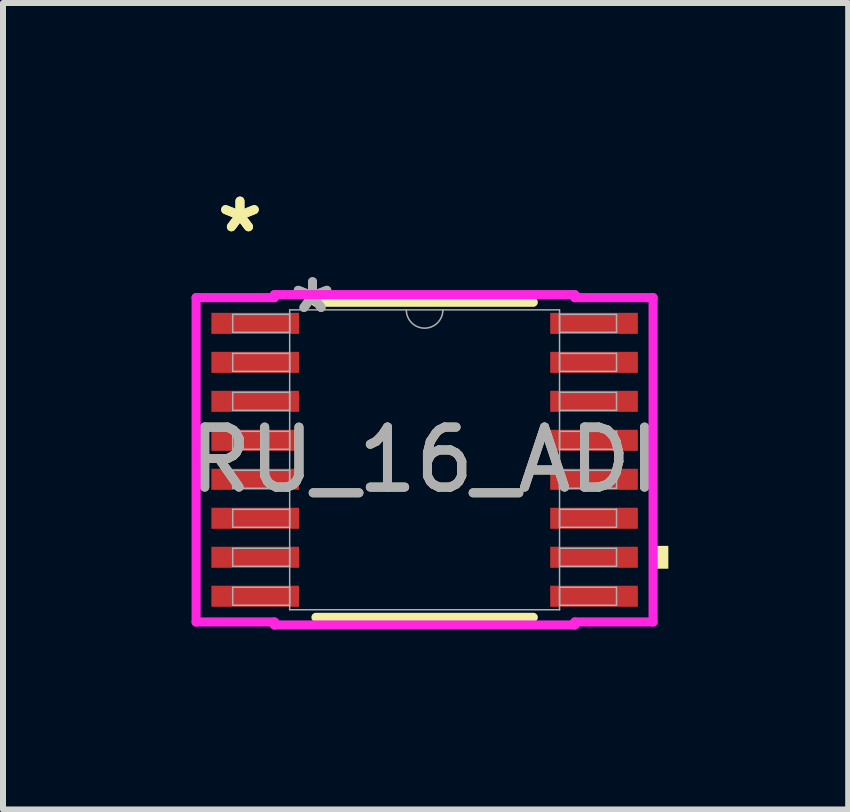
<source format=kicad_pcb>
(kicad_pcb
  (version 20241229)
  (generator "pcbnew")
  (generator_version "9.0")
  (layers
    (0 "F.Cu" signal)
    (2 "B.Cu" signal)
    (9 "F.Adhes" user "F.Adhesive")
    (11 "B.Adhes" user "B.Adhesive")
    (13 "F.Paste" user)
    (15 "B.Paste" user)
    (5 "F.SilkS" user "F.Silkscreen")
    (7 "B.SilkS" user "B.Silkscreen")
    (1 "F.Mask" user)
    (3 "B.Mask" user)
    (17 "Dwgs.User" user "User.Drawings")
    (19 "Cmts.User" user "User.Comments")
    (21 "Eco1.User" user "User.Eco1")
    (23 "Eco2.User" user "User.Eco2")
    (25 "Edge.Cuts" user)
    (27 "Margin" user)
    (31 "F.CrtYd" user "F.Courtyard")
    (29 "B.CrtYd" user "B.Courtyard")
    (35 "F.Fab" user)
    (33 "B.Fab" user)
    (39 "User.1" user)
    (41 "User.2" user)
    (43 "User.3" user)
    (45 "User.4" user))
  (footprint "RU_16_ADI"
    (layer "F.Cu")
    (at 4.03 4.617)
    (property "Reference" "RU_16_ADI" (at 0 0 0) (unlocked yes) (layer "F.SilkS") (effects (font (size 1 1) (thickness 0.15))))
    (attr smd)
    (fp_line (start -1.812 2.627) (end 1.812 2.627) (stroke (width 0.152) (type solid)) (layer "F.SilkS"))
    (fp_line (start 1.812 -2.627) (end -1.812 -2.627) (stroke (width 0.152) (type solid)) (layer "F.SilkS"))
    (fp_poly (pts (xy 4.064 1.435) (xy 4.064 1.816) (xy 3.81 1.816) (xy 3.81 1.435)) (stroke (width 0) (type solid)) (fill yes) (layer "F.SilkS"))
    (fp_line (start -3.81 -2.704) (end -2.504 -2.704) (stroke (width 0.152) (type solid)) (layer "F.CrtYd"))
    (fp_line (start -3.81 2.704) (end -3.81 -2.704) (stroke (width 0.152) (type solid)) (layer "F.CrtYd"))
    (fp_line (start -3.81 2.704) (end -2.504 2.704) (stroke (width 0.152) (type solid)) (layer "F.CrtYd"))
    (fp_line (start -2.504 -2.754) (end 2.504 -2.754) (stroke (width 0.152) (type solid)) (layer "F.CrtYd"))
    (fp_line (start -2.504 -2.704) (end -2.504 -2.754) (stroke (width 0.152) (type solid)) (layer "F.CrtYd"))
    (fp_line (start -2.504 2.754) (end -2.504 2.704) (stroke (width 0.152) (type solid)) (layer "F.CrtYd"))
    (fp_line (start 2.504 -2.754) (end 2.504 -2.704) (stroke (width 0.152) (type solid)) (layer "F.CrtYd"))
    (fp_line (start 2.504 2.704) (end 2.504 2.754) (stroke (width 0.152) (type solid)) (layer "F.CrtYd"))
    (fp_line (start 2.504 2.754) (end -2.504 2.754) (stroke (width 0.152) (type solid)) (layer "F.CrtYd"))
    (fp_line (start 3.81 -2.704) (end 2.504 -2.704) (stroke (width 0.152) (type solid)) (layer "F.CrtYd"))
    (fp_line (start 3.81 -2.704) (end 3.81 2.704) (stroke (width 0.152) (type solid)) (layer "F.CrtYd"))
    (fp_line (start 3.81 2.704) (end 2.504 2.704) (stroke (width 0.152) (type solid)) (layer "F.CrtYd"))
    (fp_line (start -3.2 -2.425) (end -3.2 -2.125) (stroke (width 0.025) (type solid)) (layer "F.Fab"))
    (fp_line (start -3.2 -2.125) (end -2.25 -2.125) (stroke (width 0.025) (type solid)) (layer "F.Fab"))
    (fp_line (start -3.2 -1.775) (end -3.2 -1.475) (stroke (width 0.025) (type solid)) (layer "F.Fab"))
    (fp_line (start -3.2 -1.475) (end -2.25 -1.475) (stroke (width 0.025) (type solid)) (layer "F.Fab"))
    (fp_line (start -3.2 -1.125) (end -3.2 -0.825) (stroke (width 0.025) (type solid)) (layer "F.Fab"))
    (fp_line (start -3.2 -0.825) (end -2.25 -0.825) (stroke (width 0.025) (type solid)) (layer "F.Fab"))
    (fp_line (start -3.2 -0.475) (end -3.2 -0.175) (stroke (width 0.025) (type solid)) (layer "F.Fab"))
    (fp_line (start -3.2 -0.175) (end -2.25 -0.175) (stroke (width 0.025) (type solid)) (layer "F.Fab"))
    (fp_line (start -3.2 0.175) (end -3.2 0.475) (stroke (width 0.025) (type solid)) (layer "F.Fab"))
    (fp_line (start -3.2 0.475) (end -2.25 0.475) (stroke (width 0.025) (type solid)) (layer "F.Fab"))
    (fp_line (start -3.2 0.825) (end -3.2 1.125) (stroke (width 0.025) (type solid)) (layer "F.Fab"))
    (fp_line (start -3.2 1.125) (end -2.25 1.125) (stroke (width 0.025) (type solid)) (layer "F.Fab"))
    (fp_line (start -3.2 1.475) (end -3.2 1.775) (stroke (width 0.025) (type solid)) (layer "F.Fab"))
    (fp_line (start -3.2 1.775) (end -2.25 1.775) (stroke (width 0.025) (type solid)) (layer "F.Fab"))
    (fp_line (start -3.2 2.125) (end -3.2 2.425) (stroke (width 0.025) (type solid)) (layer "F.Fab"))
    (fp_line (start -3.2 2.425) (end -2.25 2.425) (stroke (width 0.025) (type solid)) (layer "F.Fab"))
    (fp_line (start -2.25 -2.5) (end -2.25 2.5) (stroke (width 0.025) (type solid)) (layer "F.Fab"))
    (fp_line (start -2.25 -2.425) (end -3.2 -2.425) (stroke (width 0.025) (type solid)) (layer "F.Fab"))
    (fp_line (start -2.25 -2.125) (end -2.25 -2.425) (stroke (width 0.025) (type solid)) (layer "F.Fab"))
    (fp_line (start -2.25 -1.775) (end -3.2 -1.775) (stroke (width 0.025) (type solid)) (layer "F.Fab"))
    (fp_line (start -2.25 -1.475) (end -2.25 -1.775) (stroke (width 0.025) (type solid)) (layer "F.Fab"))
    (fp_line (start -2.25 -1.125) (end -3.2 -1.125) (stroke (width 0.025) (type solid)) (layer "F.Fab"))
    (fp_line (start -2.25 -0.825) (end -2.25 -1.125) (stroke (width 0.025) (type solid)) (layer "F.Fab"))
    (fp_line (start -2.25 -0.475) (end -3.2 -0.475) (stroke (width 0.025) (type solid)) (layer "F.Fab"))
    (fp_line (start -2.25 -0.175) (end -2.25 -0.475) (stroke (width 0.025) (type solid)) (layer "F.Fab"))
    (fp_line (start -2.25 0.175) (end -3.2 0.175) (stroke (width 0.025) (type solid)) (layer "F.Fab"))
    (fp_line (start -2.25 0.475) (end -2.25 0.175) (stroke (width 0.025) (type solid)) (layer "F.Fab"))
    (fp_line (start -2.25 0.825) (end -3.2 0.825) (stroke (width 0.025) (type solid)) (layer "F.Fab"))
    (fp_line (start -2.25 1.125) (end -2.25 0.825) (stroke (width 0.025) (type solid)) (layer "F.Fab"))
    (fp_line (start -2.25 1.475) (end -3.2 1.475) (stroke (width 0.025) (type solid)) (layer "F.Fab"))
    (fp_line (start -2.25 1.775) (end -2.25 1.475) (stroke (width 0.025) (type solid)) (layer "F.Fab"))
    (fp_line (start -2.25 2.125) (end -3.2 2.125) (stroke (width 0.025) (type solid)) (layer "F.Fab"))
    (fp_line (start -2.25 2.425) (end -2.25 2.125) (stroke (width 0.025) (type solid)) (layer "F.Fab"))
    (fp_line (start -2.25 2.5) (end 2.25 2.5) (stroke (width 0.025) (type solid)) (layer "F.Fab"))
    (fp_line (start 2.25 -2.5) (end -2.25 -2.5) (stroke (width 0.025) (type solid)) (layer "F.Fab"))
    (fp_line (start 2.25 -2.425) (end 2.25 -2.125) (stroke (width 0.025) (type solid)) (layer "F.Fab"))
    (fp_line (start 2.25 -2.125) (end 3.2 -2.125) (stroke (width 0.025) (type solid)) (layer "F.Fab"))
    (fp_line (start 2.25 -1.775) (end 2.25 -1.475) (stroke (width 0.025) (type solid)) (layer "F.Fab"))
    (fp_line (start 2.25 -1.475) (end 3.2 -1.475) (stroke (width 0.025) (type solid)) (layer "F.Fab"))
    (fp_line (start 2.25 -1.125) (end 2.25 -0.825) (stroke (width 0.025) (type solid)) (layer "F.Fab"))
    (fp_line (start 2.25 -0.825) (end 3.2 -0.825) (stroke (width 0.025) (type solid)) (layer "F.Fab"))
    (fp_line (start 2.25 -0.475) (end 2.25 -0.175) (stroke (width 0.025) (type solid)) (layer "F.Fab"))
    (fp_line (start 2.25 -0.175) (end 3.2 -0.175) (stroke (width 0.025) (type solid)) (layer "F.Fab"))
    (fp_line (start 2.25 0.175) (end 2.25 0.475) (stroke (width 0.025) (type solid)) (layer "F.Fab"))
    (fp_line (start 2.25 0.475) (end 3.2 0.475) (stroke (width 0.025) (type solid)) (layer "F.Fab"))
    (fp_line (start 2.25 0.825) (end 2.25 1.125) (stroke (width 0.025) (type solid)) (layer "F.Fab"))
    (fp_line (start 2.25 1.125) (end 3.2 1.125) (stroke (width 0.025) (type solid)) (layer "F.Fab"))
    (fp_line (start 2.25 1.475) (end 2.25 1.775) (stroke (width 0.025) (type solid)) (layer "F.Fab"))
    (fp_line (start 2.25 1.775) (end 3.2 1.775) (stroke (width 0.025) (type solid)) (layer "F.Fab"))
    (fp_line (start 2.25 2.125) (end 2.25 2.425) (stroke (width 0.025) (type solid)) (layer "F.Fab"))
    (fp_line (start 2.25 2.425) (end 3.2 2.425) (stroke (width 0.025) (type solid)) (layer "F.Fab"))
    (fp_line (start 2.25 2.5) (end 2.25 -2.5) (stroke (width 0.025) (type solid)) (layer "F.Fab"))
    (fp_line (start 3.2 -2.425) (end 2.25 -2.425) (stroke (width 0.025) (type solid)) (layer "F.Fab"))
    (fp_line (start 3.2 -2.125) (end 3.2 -2.425) (stroke (width 0.025) (type solid)) (layer "F.Fab"))
    (fp_line (start 3.2 -1.775) (end 2.25 -1.775) (stroke (width 0.025) (type solid)) (layer "F.Fab"))
    (fp_line (start 3.2 -1.475) (end 3.2 -1.775) (stroke (width 0.025) (type solid)) (layer "F.Fab"))
    (fp_line (start 3.2 -1.125) (end 2.25 -1.125) (stroke (width 0.025) (type solid)) (layer "F.Fab"))
    (fp_line (start 3.2 -0.825) (end 3.2 -1.125) (stroke (width 0.025) (type solid)) (layer "F.Fab"))
    (fp_line (start 3.2 -0.475) (end 2.25 -0.475) (stroke (width 0.025) (type solid)) (layer "F.Fab"))
    (fp_line (start 3.2 -0.175) (end 3.2 -0.475) (stroke (width 0.025) (type solid)) (layer "F.Fab"))
    (fp_line (start 3.2 0.175) (end 2.25 0.175) (stroke (width 0.025) (type solid)) (layer "F.Fab"))
    (fp_line (start 3.2 0.475) (end 3.2 0.175) (stroke (width 0.025) (type solid)) (layer "F.Fab"))
    (fp_line (start 3.2 0.825) (end 2.25 0.825) (stroke (width 0.025) (type solid)) (layer "F.Fab"))
    (fp_line (start 3.2 1.125) (end 3.2 0.825) (stroke (width 0.025) (type solid)) (layer "F.Fab"))
    (fp_line (start 3.2 1.475) (end 2.25 1.475) (stroke (width 0.025) (type solid)) (layer "F.Fab"))
    (fp_line (start 3.2 1.775) (end 3.2 1.475) (stroke (width 0.025) (type solid)) (layer "F.Fab"))
    (fp_line (start 3.2 2.125) (end 2.25 2.125) (stroke (width 0.025) (type solid)) (layer "F.Fab"))
    (fp_line (start 3.2 2.425) (end 3.2 2.125) (stroke (width 0.025) (type solid)) (layer "F.Fab"))
    (fp_arc (start 0.3048 -2.5) (mid 0 -2.1952) (end -0.3048 -2.5) (stroke (width 0.0254) (type solid)) (layer "F.Fab"))
    (fp_text user "*" (at -3.079 -3.769 0) (unlocked yes) (layer "F.SilkS") (effects (font (size 1 1) (thickness 0.15))))
    (fp_text user "*" (at -3.079 -3.769 0) (layer "F.SilkS") (effects (font (size 1 1) (thickness 0.15))))
    (fp_text user "*" (at -1.869 -2.424 0) (unlocked yes) (layer "F.Fab") (effects (font (size 1 1) (thickness 0.15))))
    (fp_text user "${REFERENCE}" (at 0 0 0) (unlocked yes) (layer "F.Fab") (effects (font (size 1 1) (thickness 0.15))))
    (fp_text user "*" (at -1.869 -2.424 0) (layer "F.Fab") (effects (font (size 1 1) (thickness 0.15))))
    (pad "1" smd rect (at -2.825 -2.275) (size 1.461 0.351) (layers "F.Cu" "F.Mask" "F.Paste"))
    (pad "2" smd rect (at -2.825 -1.625) (size 1.461 0.351) (layers "F.Cu" "F.Mask" "F.Paste"))
    (pad "3" smd rect (at -2.825 -0.975) (size 1.461 0.351) (layers "F.Cu" "F.Mask" "F.Paste"))
    (pad "4" smd rect (at -2.825 -0.325) (size 1.461 0.351) (layers "F.Cu" "F.Mask" "F.Paste"))
    (pad "5" smd rect (at -2.825 0.325) (size 1.461 0.351) (layers "F.Cu" "F.Mask" "F.Paste"))
    (pad "6" smd rect (at -2.825 0.975) (size 1.461 0.351) (layers "F.Cu" "F.Mask" "F.Paste"))
    (pad "7" smd rect (at -2.825 1.625) (size 1.461 0.351) (layers "F.Cu" "F.Mask" "F.Paste"))
    (pad "8" smd rect (at -2.825 2.275) (size 1.461 0.351) (layers "F.Cu" "F.Mask" "F.Paste"))
    (pad "9" smd rect (at 2.825 2.275) (size 1.461 0.351) (layers "F.Cu" "F.Mask" "F.Paste"))
    (pad "10" smd rect (at 2.825 1.625) (size 1.461 0.351) (layers "F.Cu" "F.Mask" "F.Paste"))
    (pad "11" smd rect (at 2.825 0.975) (size 1.461 0.351) (layers "F.Cu" "F.Mask" "F.Paste"))
    (pad "12" smd rect (at 2.825 0.325) (size 1.461 0.351) (layers "F.Cu" "F.Mask" "F.Paste"))
    (pad "13" smd rect (at 2.825 -0.325) (size 1.461 0.351) (layers "F.Cu" "F.Mask" "F.Paste"))
    (pad "14" smd rect (at 2.825 -0.975) (size 1.461 0.351) (layers "F.Cu" "F.Mask" "F.Paste"))
    (pad "15" smd rect (at 2.825 -1.625) (size 1.461 0.351) (layers "F.Cu" "F.Mask" "F.Paste"))
    (pad "16" smd rect (at 2.825 -2.275) (size 1.461 0.351) (layers "F.Cu" "F.Mask" "F.Paste")))
  (gr_rect
    (start -3 -3)
    (end 11.093 10.447)
    (stroke (width 0.1) (type default))
    (fill no)
    (layer "Edge.Cuts")))
</source>
